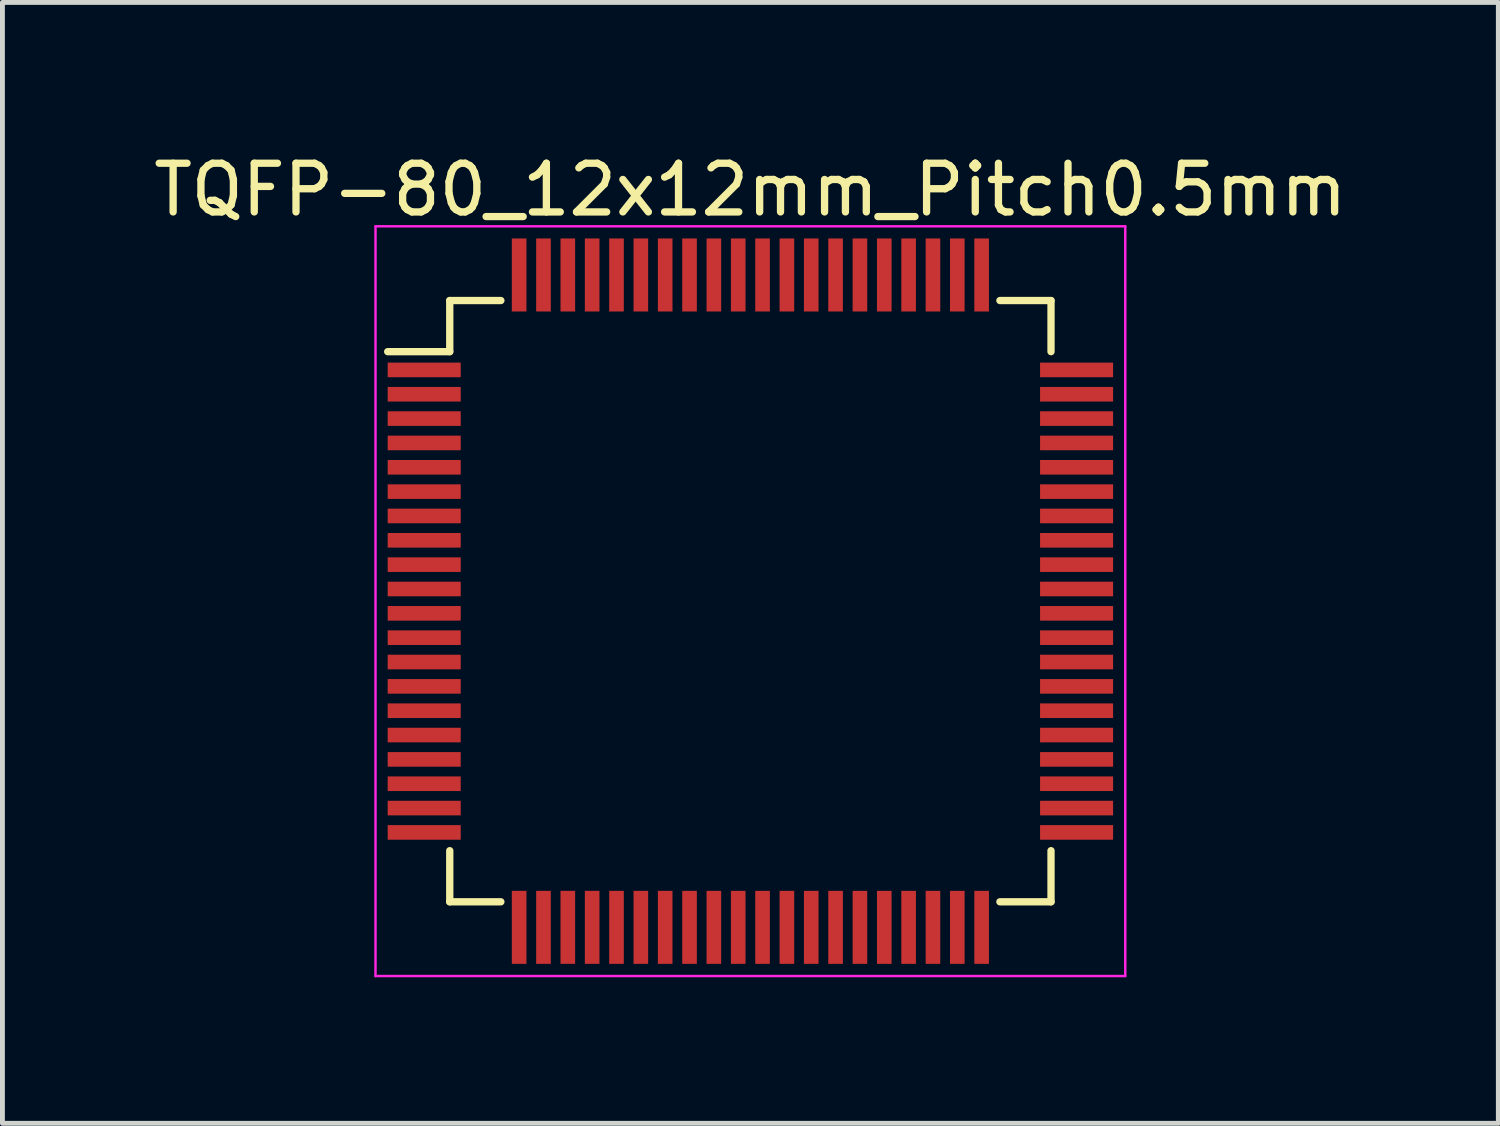
<source format=kicad_pcb>
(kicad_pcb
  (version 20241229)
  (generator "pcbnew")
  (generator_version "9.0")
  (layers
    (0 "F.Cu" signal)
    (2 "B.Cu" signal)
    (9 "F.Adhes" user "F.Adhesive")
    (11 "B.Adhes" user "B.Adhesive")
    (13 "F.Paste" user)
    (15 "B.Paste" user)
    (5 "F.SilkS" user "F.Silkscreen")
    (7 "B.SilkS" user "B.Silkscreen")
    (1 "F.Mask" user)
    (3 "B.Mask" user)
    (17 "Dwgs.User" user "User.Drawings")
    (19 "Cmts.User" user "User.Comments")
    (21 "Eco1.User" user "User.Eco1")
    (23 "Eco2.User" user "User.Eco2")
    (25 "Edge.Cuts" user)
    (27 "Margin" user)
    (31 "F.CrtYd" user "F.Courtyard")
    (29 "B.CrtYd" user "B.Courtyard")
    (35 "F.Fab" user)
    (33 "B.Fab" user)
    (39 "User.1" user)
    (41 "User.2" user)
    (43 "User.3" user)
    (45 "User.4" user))
  (footprint "TQFP-80_12x12mm_Pitch0.5mm"
    (layer "F.Cu")
    (at 12.363 9.298)
    (property "Reference" "TQFP-80_12x12mm_Pitch0.5mm" (at 0 -8.45 0) (layer "F.SilkS") (effects (font (size 1 1) (thickness 0.15))))
    (attr smd)
    (fp_line (start -6.175 -6.175) (end -6.175 -5.125) (stroke (width 0.15) (type solid)) (layer "F.SilkS"))
    (fp_line (start -6.175 -6.175) (end -5.125 -6.175) (stroke (width 0.15) (type solid)) (layer "F.SilkS"))
    (fp_line (start -6.175 -5.125) (end -7.45 -5.125) (stroke (width 0.15) (type solid)) (layer "F.SilkS"))
    (fp_line (start -6.175 6.175) (end -6.175 5.125) (stroke (width 0.15) (type solid)) (layer "F.SilkS"))
    (fp_line (start -6.175 6.175) (end -5.125 6.175) (stroke (width 0.15) (type solid)) (layer "F.SilkS"))
    (fp_line (start 6.175 -6.175) (end 5.125 -6.175) (stroke (width 0.15) (type solid)) (layer "F.SilkS"))
    (fp_line (start 6.175 -6.175) (end 6.175 -5.125) (stroke (width 0.15) (type solid)) (layer "F.SilkS"))
    (fp_line (start 6.175 6.175) (end 5.125 6.175) (stroke (width 0.15) (type solid)) (layer "F.SilkS"))
    (fp_line (start 6.175 6.175) (end 6.175 5.125) (stroke (width 0.15) (type solid)) (layer "F.SilkS"))
    (fp_line (start -7.7 -7.7) (end -7.7 7.7) (stroke (width 0.05) (type solid)) (layer "F.CrtYd"))
    (fp_line (start -7.7 -7.7) (end 7.7 -7.7) (stroke (width 0.05) (type solid)) (layer "F.CrtYd"))
    (fp_line (start -7.7 7.7) (end 7.7 7.7) (stroke (width 0.05) (type solid)) (layer "F.CrtYd"))
    (fp_line (start 7.7 -7.7) (end 7.7 7.7) (stroke (width 0.05) (type solid)) (layer "F.CrtYd"))
    (pad "1" smd rect (at -6.7 -4.75) (size 1.5 0.3) (layers "F.Cu" "F.Mask" "F.Paste"))
    (pad "2" smd rect (at -6.7 -4.25) (size 1.5 0.3) (layers "F.Cu" "F.Mask" "F.Paste"))
    (pad "3" smd rect (at -6.7 -3.75) (size 1.5 0.3) (layers "F.Cu" "F.Mask" "F.Paste"))
    (pad "4" smd rect (at -6.7 -3.25) (size 1.5 0.3) (layers "F.Cu" "F.Mask" "F.Paste"))
    (pad "5" smd rect (at -6.7 -2.75) (size 1.5 0.3) (layers "F.Cu" "F.Mask" "F.Paste"))
    (pad "6" smd rect (at -6.7 -2.25) (size 1.5 0.3) (layers "F.Cu" "F.Mask" "F.Paste"))
    (pad "7" smd rect (at -6.7 -1.75) (size 1.5 0.3) (layers "F.Cu" "F.Mask" "F.Paste"))
    (pad "8" smd rect (at -6.7 -1.25) (size 1.5 0.3) (layers "F.Cu" "F.Mask" "F.Paste"))
    (pad "9" smd rect (at -6.7 -0.75) (size 1.5 0.3) (layers "F.Cu" "F.Mask" "F.Paste"))
    (pad "10" smd rect (at -6.7 -0.25) (size 1.5 0.3) (layers "F.Cu" "F.Mask" "F.Paste"))
    (pad "11" smd rect (at -6.7 0.25) (size 1.5 0.3) (layers "F.Cu" "F.Mask" "F.Paste"))
    (pad "12" smd rect (at -6.7 0.75) (size 1.5 0.3) (layers "F.Cu" "F.Mask" "F.Paste"))
    (pad "13" smd rect (at -6.7 1.25) (size 1.5 0.3) (layers "F.Cu" "F.Mask" "F.Paste"))
    (pad "14" smd rect (at -6.7 1.75) (size 1.5 0.3) (layers "F.Cu" "F.Mask" "F.Paste"))
    (pad "15" smd rect (at -6.7 2.25) (size 1.5 0.3) (layers "F.Cu" "F.Mask" "F.Paste"))
    (pad "16" smd rect (at -6.7 2.75) (size 1.5 0.3) (layers "F.Cu" "F.Mask" "F.Paste"))
    (pad "17" smd rect (at -6.7 3.25) (size 1.5 0.3) (layers "F.Cu" "F.Mask" "F.Paste"))
    (pad "18" smd rect (at -6.7 3.75) (size 1.5 0.3) (layers "F.Cu" "F.Mask" "F.Paste"))
    (pad "19" smd rect (at -6.7 4.25) (size 1.5 0.3) (layers "F.Cu" "F.Mask" "F.Paste"))
    (pad "20" smd rect (at -6.7 4.75) (size 1.5 0.3) (layers "F.Cu" "F.Mask" "F.Paste"))
    (pad "21" smd rect (at -4.75 6.7 90) (size 1.5 0.3) (layers "F.Cu" "F.Mask" "F.Paste"))
    (pad "22" smd rect (at -4.25 6.7 90) (size 1.5 0.3) (layers "F.Cu" "F.Mask" "F.Paste"))
    (pad "23" smd rect (at -3.75 6.7 90) (size 1.5 0.3) (layers "F.Cu" "F.Mask" "F.Paste"))
    (pad "24" smd rect (at -3.25 6.7 90) (size 1.5 0.3) (layers "F.Cu" "F.Mask" "F.Paste"))
    (pad "25" smd rect (at -2.75 6.7 90) (size 1.5 0.3) (layers "F.Cu" "F.Mask" "F.Paste"))
    (pad "26" smd rect (at -2.25 6.7 90) (size 1.5 0.3) (layers "F.Cu" "F.Mask" "F.Paste"))
    (pad "27" smd rect (at -1.75 6.7 90) (size 1.5 0.3) (layers "F.Cu" "F.Mask" "F.Paste"))
    (pad "28" smd rect (at -1.25 6.7 90) (size 1.5 0.3) (layers "F.Cu" "F.Mask" "F.Paste"))
    (pad "29" smd rect (at -0.75 6.7 90) (size 1.5 0.3) (layers "F.Cu" "F.Mask" "F.Paste"))
    (pad "30" smd rect (at -0.25 6.7 90) (size 1.5 0.3) (layers "F.Cu" "F.Mask" "F.Paste"))
    (pad "31" smd rect (at 0.25 6.7 90) (size 1.5 0.3) (layers "F.Cu" "F.Mask" "F.Paste"))
    (pad "32" smd rect (at 0.75 6.7 90) (size 1.5 0.3) (layers "F.Cu" "F.Mask" "F.Paste"))
    (pad "33" smd rect (at 1.25 6.7 90) (size 1.5 0.3) (layers "F.Cu" "F.Mask" "F.Paste"))
    (pad "34" smd rect (at 1.75 6.7 90) (size 1.5 0.3) (layers "F.Cu" "F.Mask" "F.Paste"))
    (pad "35" smd rect (at 2.25 6.7 90) (size 1.5 0.3) (layers "F.Cu" "F.Mask" "F.Paste"))
    (pad "36" smd rect (at 2.75 6.7 90) (size 1.5 0.3) (layers "F.Cu" "F.Mask" "F.Paste"))
    (pad "37" smd rect (at 3.25 6.7 90) (size 1.5 0.3) (layers "F.Cu" "F.Mask" "F.Paste"))
    (pad "38" smd rect (at 3.75 6.7 90) (size 1.5 0.3) (layers "F.Cu" "F.Mask" "F.Paste"))
    (pad "39" smd rect (at 4.25 6.7 90) (size 1.5 0.3) (layers "F.Cu" "F.Mask" "F.Paste"))
    (pad "40" smd rect (at 4.75 6.7 90) (size 1.5 0.3) (layers "F.Cu" "F.Mask" "F.Paste"))
    (pad "41" smd rect (at 6.7 4.75) (size 1.5 0.3) (layers "F.Cu" "F.Mask" "F.Paste"))
    (pad "42" smd rect (at 6.7 4.25) (size 1.5 0.3) (layers "F.Cu" "F.Mask" "F.Paste"))
    (pad "43" smd rect (at 6.7 3.75) (size 1.5 0.3) (layers "F.Cu" "F.Mask" "F.Paste"))
    (pad "44" smd rect (at 6.7 3.25) (size 1.5 0.3) (layers "F.Cu" "F.Mask" "F.Paste"))
    (pad "45" smd rect (at 6.7 2.75) (size 1.5 0.3) (layers "F.Cu" "F.Mask" "F.Paste"))
    (pad "46" smd rect (at 6.7 2.25) (size 1.5 0.3) (layers "F.Cu" "F.Mask" "F.Paste"))
    (pad "47" smd rect (at 6.7 1.75) (size 1.5 0.3) (layers "F.Cu" "F.Mask" "F.Paste"))
    (pad "48" smd rect (at 6.7 1.25) (size 1.5 0.3) (layers "F.Cu" "F.Mask" "F.Paste"))
    (pad "49" smd rect (at 6.7 0.75) (size 1.5 0.3) (layers "F.Cu" "F.Mask" "F.Paste"))
    (pad "50" smd rect (at 6.7 0.25) (size 1.5 0.3) (layers "F.Cu" "F.Mask" "F.Paste"))
    (pad "51" smd rect (at 6.7 -0.25) (size 1.5 0.3) (layers "F.Cu" "F.Mask" "F.Paste"))
    (pad "52" smd rect (at 6.7 -0.75) (size 1.5 0.3) (layers "F.Cu" "F.Mask" "F.Paste"))
    (pad "53" smd rect (at 6.7 -1.25) (size 1.5 0.3) (layers "F.Cu" "F.Mask" "F.Paste"))
    (pad "54" smd rect (at 6.7 -1.75) (size 1.5 0.3) (layers "F.Cu" "F.Mask" "F.Paste"))
    (pad "55" smd rect (at 6.7 -2.25) (size 1.5 0.3) (layers "F.Cu" "F.Mask" "F.Paste"))
    (pad "56" smd rect (at 6.7 -2.75) (size 1.5 0.3) (layers "F.Cu" "F.Mask" "F.Paste"))
    (pad "57" smd rect (at 6.7 -3.25) (size 1.5 0.3) (layers "F.Cu" "F.Mask" "F.Paste"))
    (pad "58" smd rect (at 6.7 -3.75) (size 1.5 0.3) (layers "F.Cu" "F.Mask" "F.Paste"))
    (pad "59" smd rect (at 6.7 -4.25) (size 1.5 0.3) (layers "F.Cu" "F.Mask" "F.Paste"))
    (pad "60" smd rect (at 6.7 -4.75) (size 1.5 0.3) (layers "F.Cu" "F.Mask" "F.Paste"))
    (pad "61" smd rect (at 4.75 -6.7 90) (size 1.5 0.3) (layers "F.Cu" "F.Mask" "F.Paste"))
    (pad "62" smd rect (at 4.25 -6.7 90) (size 1.5 0.3) (layers "F.Cu" "F.Mask" "F.Paste"))
    (pad "63" smd rect (at 3.75 -6.7 90) (size 1.5 0.3) (layers "F.Cu" "F.Mask" "F.Paste"))
    (pad "64" smd rect (at 3.25 -6.7 90) (size 1.5 0.3) (layers "F.Cu" "F.Mask" "F.Paste"))
    (pad "65" smd rect (at 2.75 -6.7 90) (size 1.5 0.3) (layers "F.Cu" "F.Mask" "F.Paste"))
    (pad "66" smd rect (at 2.25 -6.7 90) (size 1.5 0.3) (layers "F.Cu" "F.Mask" "F.Paste"))
    (pad "67" smd rect (at 1.75 -6.7 90) (size 1.5 0.3) (layers "F.Cu" "F.Mask" "F.Paste"))
    (pad "68" smd rect (at 1.25 -6.7 90) (size 1.5 0.3) (layers "F.Cu" "F.Mask" "F.Paste"))
    (pad "69" smd rect (at 0.75 -6.7 90) (size 1.5 0.3) (layers "F.Cu" "F.Mask" "F.Paste"))
    (pad "70" smd rect (at 0.25 -6.7 90) (size 1.5 0.3) (layers "F.Cu" "F.Mask" "F.Paste"))
    (pad "71" smd rect (at -0.25 -6.7 90) (size 1.5 0.3) (layers "F.Cu" "F.Mask" "F.Paste"))
    (pad "72" smd rect (at -0.75 -6.7 90) (size 1.5 0.3) (layers "F.Cu" "F.Mask" "F.Paste"))
    (pad "73" smd rect (at -1.25 -6.7 90) (size 1.5 0.3) (layers "F.Cu" "F.Mask" "F.Paste"))
    (pad "74" smd rect (at -1.75 -6.7 90) (size 1.5 0.3) (layers "F.Cu" "F.Mask" "F.Paste"))
    (pad "75" smd rect (at -2.25 -6.7 90) (size 1.5 0.3) (layers "F.Cu" "F.Mask" "F.Paste"))
    (pad "76" smd rect (at -2.75 -6.7 90) (size 1.5 0.3) (layers "F.Cu" "F.Mask" "F.Paste"))
    (pad "77" smd rect (at -3.25 -6.7 90) (size 1.5 0.3) (layers "F.Cu" "F.Mask" "F.Paste"))
    (pad "78" smd rect (at -3.75 -6.7 90) (size 1.5 0.3) (layers "F.Cu" "F.Mask" "F.Paste"))
    (pad "79" smd rect (at -4.25 -6.7 90) (size 1.5 0.3) (layers "F.Cu" "F.Mask" "F.Paste"))
    (pad "80" smd rect (at -4.75 -6.7 90) (size 1.5 0.3) (layers "F.Cu" "F.Mask" "F.Paste")))
  (gr_rect
    (start -3 -3)
    (end 27.726 20.023)
    (stroke (width 0.1) (type default))
    (fill no)
    (layer "Edge.Cuts")))
</source>
